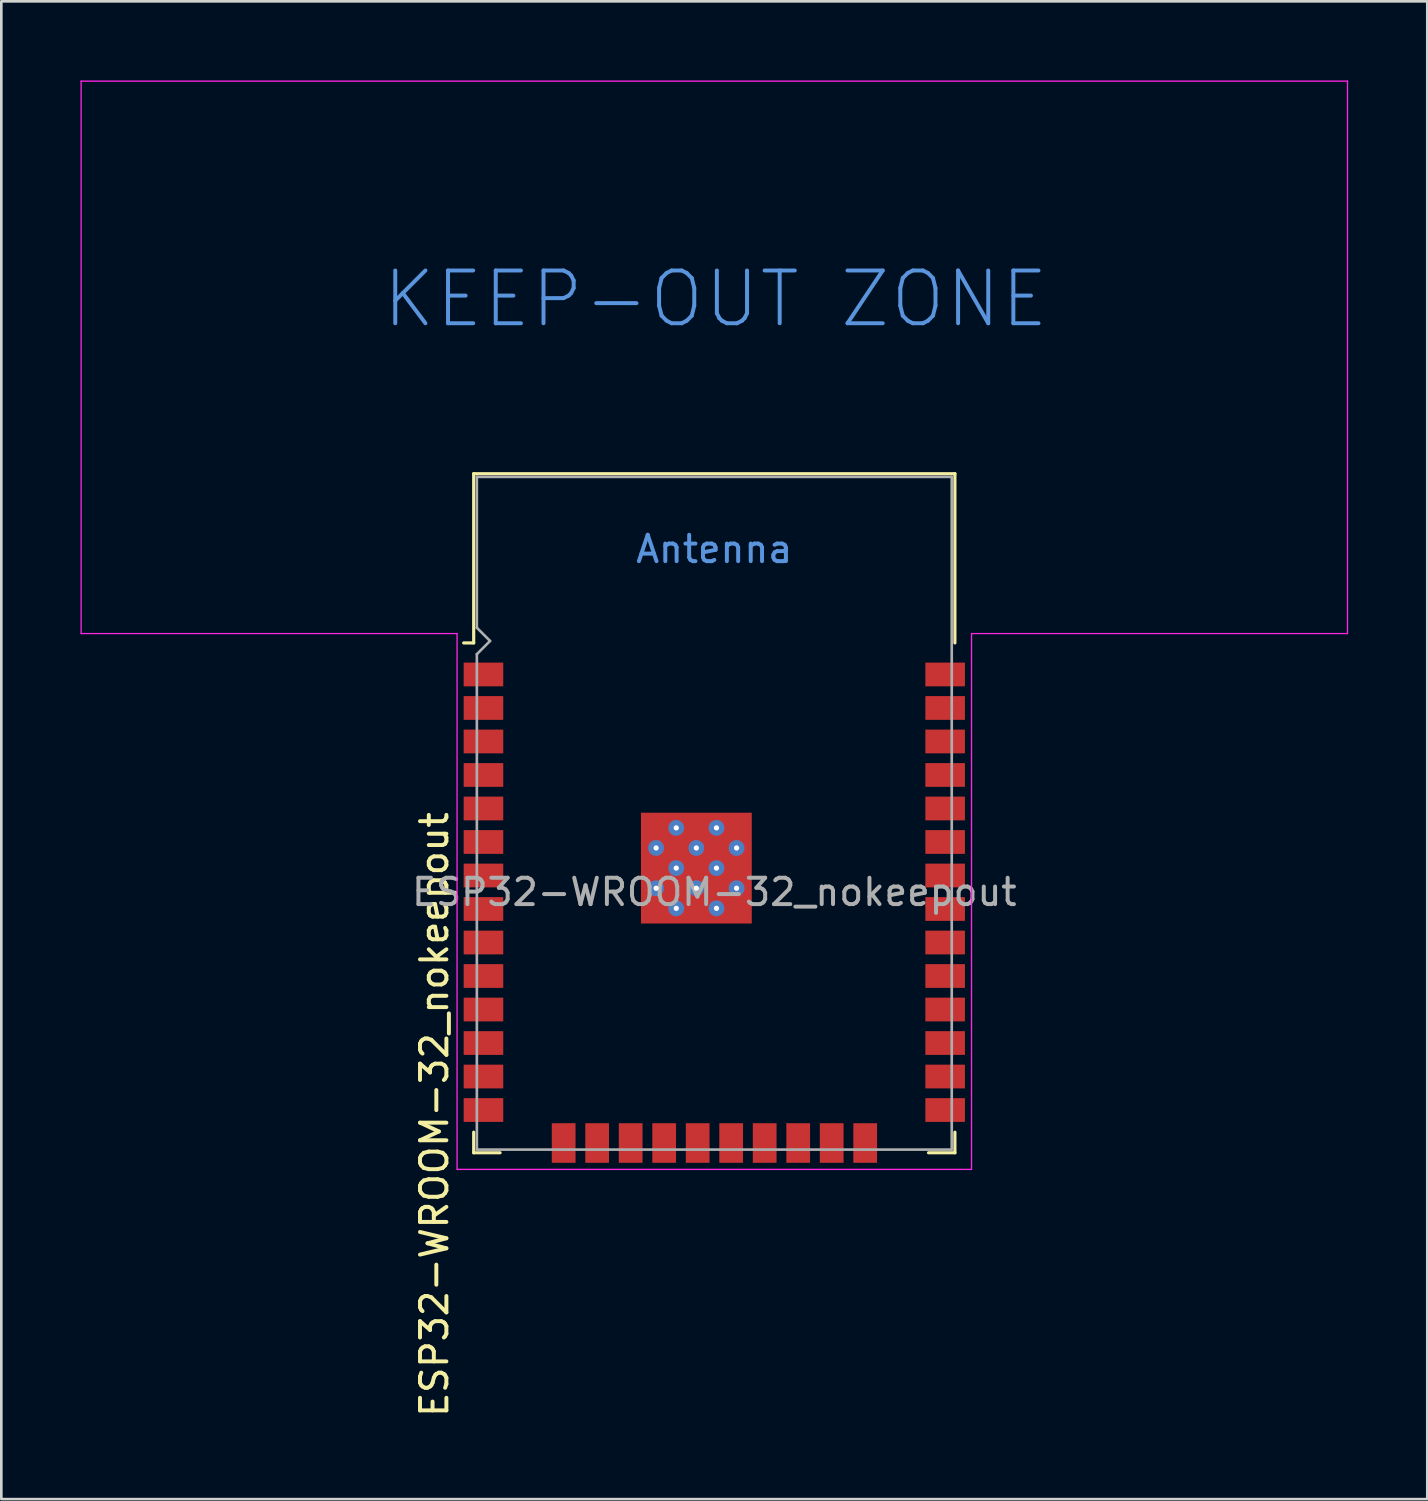
<source format=kicad_pcb>
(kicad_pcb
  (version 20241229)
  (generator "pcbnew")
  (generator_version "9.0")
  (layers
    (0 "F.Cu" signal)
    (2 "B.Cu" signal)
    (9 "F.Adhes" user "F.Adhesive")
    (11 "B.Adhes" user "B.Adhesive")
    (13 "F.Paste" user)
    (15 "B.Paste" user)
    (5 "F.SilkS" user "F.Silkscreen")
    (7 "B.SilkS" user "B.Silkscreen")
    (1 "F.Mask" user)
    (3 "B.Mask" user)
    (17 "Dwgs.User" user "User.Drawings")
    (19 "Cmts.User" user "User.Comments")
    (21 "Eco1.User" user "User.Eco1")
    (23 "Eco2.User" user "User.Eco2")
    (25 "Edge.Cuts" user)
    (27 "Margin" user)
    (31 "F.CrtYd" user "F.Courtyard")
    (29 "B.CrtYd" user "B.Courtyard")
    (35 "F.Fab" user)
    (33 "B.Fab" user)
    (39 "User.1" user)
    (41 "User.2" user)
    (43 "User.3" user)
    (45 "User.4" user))
  (footprint "ESP32-WROOM-32_nokeepout"
    (layer "F.Cu")
    (at 24.025 30.765)
    (property "Reference" "ESP32-WROOM-32_nokeepout" (at -10.61 8.43 90) (layer "F.SilkS") (effects (font (size 1 1) (thickness 0.15))))
    (attr smd)
    (fp_line (start -9.12 -15.86) (end -9.12 -9.445) (stroke (width 0.12) (type solid)) (layer "F.SilkS"))
    (fp_line (start -9.12 -15.86) (end 9.12 -15.86) (stroke (width 0.12) (type solid)) (layer "F.SilkS"))
    (fp_line (start -9.12 -9.445) (end -9.5 -9.445) (stroke (width 0.12) (type solid)) (layer "F.SilkS"))
    (fp_line (start -9.12 9.1) (end -9.12 9.88) (stroke (width 0.12) (type solid)) (layer "F.SilkS"))
    (fp_line (start -9.12 9.88) (end -8.12 9.88) (stroke (width 0.12) (type solid)) (layer "F.SilkS"))
    (fp_line (start 9.12 -15.86) (end 9.12 -9.445) (stroke (width 0.12) (type solid)) (layer "F.SilkS"))
    (fp_line (start 9.12 9.1) (end 9.12 9.88) (stroke (width 0.12) (type solid)) (layer "F.SilkS"))
    (fp_line (start 9.12 9.88) (end 8.12 9.88) (stroke (width 0.12) (type solid)) (layer "F.SilkS"))
    (fp_line (start -24 -30.74) (end -24 -9.8) (stroke (width 0.05) (type solid)) (layer "F.CrtYd"))
    (fp_line (start -24 -9.8) (end -9.75 -9.8) (stroke (width 0.05) (type solid)) (layer "F.CrtYd"))
    (fp_line (start -9.75 10.51) (end -9.75 -9.8) (stroke (width 0.05) (type solid)) (layer "F.CrtYd"))
    (fp_line (start -9.75 10.51) (end 9.75 10.51) (stroke (width 0.05) (type solid)) (layer "F.CrtYd"))
    (fp_line (start 9.75 -9.8) (end 9.75 10.51) (stroke (width 0.05) (type solid)) (layer "F.CrtYd"))
    (fp_line (start 9.75 -9.8) (end 24 -9.8) (stroke (width 0.05) (type solid)) (layer "F.CrtYd"))
    (fp_line (start 24 -30.74) (end -24 -30.74) (stroke (width 0.05) (type solid)) (layer "F.CrtYd"))
    (fp_line (start 24 -9.8) (end 24 -30.74) (stroke (width 0.05) (type solid)) (layer "F.CrtYd"))
    (fp_line (start -9 -15.74) (end -9 -10.02) (stroke (width 0.1) (type solid)) (layer "F.Fab"))
    (fp_line (start -9 -15.74) (end 9 -15.74) (stroke (width 0.1) (type solid)) (layer "F.Fab"))
    (fp_line (start -9 -9.02) (end -9 9.76) (stroke (width 0.1) (type solid)) (layer "F.Fab"))
    (fp_line (start -9 -9.02) (end -8.5 -9.52) (stroke (width 0.1) (type solid)) (layer "F.Fab"))
    (fp_line (start -9 9.76) (end 9 9.76) (stroke (width 0.1) (type solid)) (layer "F.Fab"))
    (fp_line (start -8.5 -9.52) (end -9 -10.02) (stroke (width 0.1) (type solid)) (layer "F.Fab"))
    (fp_line (start 9 9.76) (end 9 -15.74) (stroke (width 0.1) (type solid)) (layer "F.Fab"))
    (fp_text user "KEEP-OUT ZONE" (at 0.05 -22.48 0) (layer "Cmts.User") (effects (font (size 2 2) (thickness 0.15))))
    (fp_text user "Antenna" (at 0 -13 0) (layer "Cmts.User") (effects (font (size 1 1) (thickness 0.15))))
    (fp_text user "${REFERENCE}" (at 0 0 0) (layer "F.Fab") (effects (font (size 1 1) (thickness 0.15))))
    (pad "1" smd rect (at -8.75 -8.25) (size 1.5 0.9) (layers "F.Cu" "F.Mask" "F.Paste"))
    (pad "2" smd rect (at -8.75 -6.98) (size 1.5 0.9) (layers "F.Cu" "F.Mask" "F.Paste"))
    (pad "3" smd rect (at -8.75 -5.71) (size 1.5 0.9) (layers "F.Cu" "F.Mask" "F.Paste"))
    (pad "4" smd rect (at -8.75 -4.44) (size 1.5 0.9) (layers "F.Cu" "F.Mask" "F.Paste"))
    (pad "5" smd rect (at -8.75 -3.17) (size 1.5 0.9) (layers "F.Cu" "F.Mask" "F.Paste"))
    (pad "6" smd rect (at -8.75 -1.9) (size 1.5 0.9) (layers "F.Cu" "F.Mask" "F.Paste"))
    (pad "7" smd rect (at -8.75 -0.63) (size 1.5 0.9) (layers "F.Cu" "F.Mask" "F.Paste"))
    (pad "8" smd rect (at -8.75 0.64) (size 1.5 0.9) (layers "F.Cu" "F.Mask" "F.Paste"))
    (pad "9" smd rect (at -8.75 1.91) (size 1.5 0.9) (layers "F.Cu" "F.Mask" "F.Paste"))
    (pad "10" smd rect (at -8.75 3.18) (size 1.5 0.9) (layers "F.Cu" "F.Mask" "F.Paste"))
    (pad "11" smd rect (at -8.75 4.45) (size 1.5 0.9) (layers "F.Cu" "F.Mask" "F.Paste"))
    (pad "12" smd rect (at -8.75 5.72) (size 1.5 0.9) (layers "F.Cu" "F.Mask" "F.Paste"))
    (pad "13" smd rect (at -8.75 6.99) (size 1.5 0.9) (layers "F.Cu" "F.Mask" "F.Paste"))
    (pad "14" smd rect (at -8.75 8.26) (size 1.5 0.9) (layers "F.Cu" "F.Mask" "F.Paste"))
    (pad "15" smd rect (at -5.71 9.51 90) (size 1.5 0.9) (layers "F.Cu" "F.Mask" "F.Paste"))
    (pad "16" smd rect (at -4.44 9.51 90) (size 1.5 0.9) (layers "F.Cu" "F.Mask" "F.Paste"))
    (pad "17" smd rect (at -3.17 9.51 90) (size 1.5 0.9) (layers "F.Cu" "F.Mask" "F.Paste"))
    (pad "18" smd rect (at -1.9 9.51 90) (size 1.5 0.9) (layers "F.Cu" "F.Mask" "F.Paste"))
    (pad "19" smd rect (at -0.63 9.51 90) (size 1.5 0.9) (layers "F.Cu" "F.Mask" "F.Paste"))
    (pad "20" smd rect (at 0.64 9.51 90) (size 1.5 0.9) (layers "F.Cu" "F.Mask" "F.Paste"))
    (pad "21" smd rect (at 1.91 9.51 90) (size 1.5 0.9) (layers "F.Cu" "F.Mask" "F.Paste"))
    (pad "22" smd rect (at 3.18 9.51 90) (size 1.5 0.9) (layers "F.Cu" "F.Mask" "F.Paste"))
    (pad "23" smd rect (at 4.45 9.51 90) (size 1.5 0.9) (layers "F.Cu" "F.Mask" "F.Paste"))
    (pad "24" smd rect (at 5.72 9.51 90) (size 1.5 0.9) (layers "F.Cu" "F.Mask" "F.Paste"))
    (pad "25" smd rect (at 8.75 8.26) (size 1.5 0.9) (layers "F.Cu" "F.Mask" "F.Paste"))
    (pad "26" smd rect (at 8.75 6.99) (size 1.5 0.9) (layers "F.Cu" "F.Mask" "F.Paste"))
    (pad "27" smd rect (at 8.75 5.72) (size 1.5 0.9) (layers "F.Cu" "F.Mask" "F.Paste"))
    (pad "28" smd rect (at 8.75 4.45) (size 1.5 0.9) (layers "F.Cu" "F.Mask" "F.Paste"))
    (pad "29" smd rect (at 8.75 3.18) (size 1.5 0.9) (layers "F.Cu" "F.Mask" "F.Paste"))
    (pad "30" smd rect (at 8.75 1.91) (size 1.5 0.9) (layers "F.Cu" "F.Mask" "F.Paste"))
    (pad "31" smd rect (at 8.75 0.64) (size 1.5 0.9) (layers "F.Cu" "F.Mask" "F.Paste"))
    (pad "32" smd rect (at 8.75 -0.63) (size 1.5 0.9) (layers "F.Cu" "F.Mask" "F.Paste"))
    (pad "33" smd rect (at 8.75 -1.9) (size 1.5 0.9) (layers "F.Cu" "F.Mask" "F.Paste"))
    (pad "34" smd rect (at 8.75 -3.17) (size 1.5 0.9) (layers "F.Cu" "F.Mask" "F.Paste"))
    (pad "35" smd rect (at 8.75 -4.44) (size 1.5 0.9) (layers "F.Cu" "F.Mask" "F.Paste"))
    (pad "36" smd rect (at 8.75 -5.71) (size 1.5 0.9) (layers "F.Cu" "F.Mask" "F.Paste"))
    (pad "37" smd rect (at 8.75 -6.98) (size 1.5 0.9) (layers "F.Cu" "F.Mask" "F.Paste"))
    (pad "38" smd rect (at 8.75 -8.25) (size 1.5 0.9) (layers "F.Cu" "F.Mask" "F.Paste"))
    (pad "39" smd rect (at -2.205 -2.435) (size 1.05 1.05) (layers "F.Cu" "F.Paste"))
    (pad "39" thru_hole circle (at -2.205 -1.673) (size 0.6 0.6) (drill 0.2) (property pad_prop_heatsink) (layers "*.Cu" "F.Mask"))
    (pad "39" smd rect (at -2.205 -0.91) (size 1.05 1.05) (layers "F.Cu" "F.Paste"))
    (pad "39" thru_hole circle (at -2.205 -0.147) (size 0.6 0.6) (drill 0.2) (property pad_prop_heatsink) (layers "*.Cu" "F.Mask"))
    (pad "39" smd rect (at -2.205 0.615) (size 1.05 1.05) (layers "F.Cu" "F.Paste"))
    (pad "39" thru_hole circle (at -1.442 -2.435) (size 0.6 0.6) (drill 0.2) (property pad_prop_heatsink) (layers "*.Cu" "F.Mask"))
    (pad "39" thru_hole circle (at -1.442 -0.91) (size 0.6 0.6) (drill 0.2) (property pad_prop_heatsink) (layers "*.Cu" "F.Mask"))
    (pad "39" thru_hole circle (at -1.442 0.615) (size 0.6 0.6) (drill 0.2) (property pad_prop_heatsink) (layers "*.Cu" "F.Mask"))
    (pad "39" smd rect (at -0.68 -2.435) (size 1.05 1.05) (layers "F.Cu" "F.Paste"))
    (pad "39" thru_hole circle (at -0.68 -1.673) (size 0.6 0.6) (drill 0.2) (property pad_prop_heatsink) (layers "*.Cu" "F.Mask"))
    (pad "39" smd rect (at -0.68 -0.91) (size 1.05 1.05) (layers "F.Cu" "F.Paste"))
    (pad "39" smd rect (at -0.68 -0.91) (size 4.2 4.2) (layers "F.Cu" "F.Mask"))
    (pad "39" thru_hole circle (at -0.68 -0.147) (size 0.6 0.6) (drill 0.2) (property pad_prop_heatsink) (layers "*.Cu" "F.Mask"))
    (pad "39" smd rect (at -0.68 0.615) (size 1.05 1.05) (layers "F.Cu" "F.Paste"))
    (pad "39" thru_hole circle (at 0.083 -2.435) (size 0.6 0.6) (drill 0.2) (property pad_prop_heatsink) (layers "*.Cu" "F.Mask"))
    (pad "39" thru_hole circle (at 0.083 -0.91) (size 0.6 0.6) (drill 0.2) (property pad_prop_heatsink) (layers "*.Cu" "F.Mask"))
    (pad "39" thru_hole circle (at 0.083 0.615) (size 0.6 0.6) (drill 0.2) (property pad_prop_heatsink) (layers "*.Cu" "F.Mask"))
    (pad "39" smd rect (at 0.845 -2.435) (size 1.05 1.05) (layers "F.Cu" "F.Paste"))
    (pad "39" thru_hole circle (at 0.845 -1.673) (size 0.6 0.6) (drill 0.2) (property pad_prop_heatsink) (layers "*.Cu" "F.Mask"))
    (pad "39" smd rect (at 0.845 -0.91) (size 1.05 1.05) (layers "F.Cu" "F.Paste"))
    (pad "39" thru_hole circle (at 0.845 -0.147) (size 0.6 0.6) (drill 0.2) (property pad_prop_heatsink) (layers "*.Cu" "F.Mask"))
    (pad "39" smd rect (at 0.845 0.615) (size 1.05 1.05) (layers "F.Cu" "F.Paste"))
    (zone (net_name "") (layers "F.Cu" "B.Cu") (hatch full 0.508) (connect_pads) (min_thickness 0.254) (filled_areas_thickness no) (keepout (tracks not_allowed) (vias not_allowed) (pads not_allowed) (copperpour not_allowed) (footprints allowed)) (placement (enabled no)) (fill) (polygon (pts (xy 0.025 20.965) (xy 48.025 20.965) (xy 48.025 0.025) (xy 0.025 0.025)))))
  (gr_rect
    (start -3 -3)
    (end 51.05 53.772)
    (stroke (width 0.1) (type default))
    (fill no)
    (layer "Edge.Cuts")))
</source>
